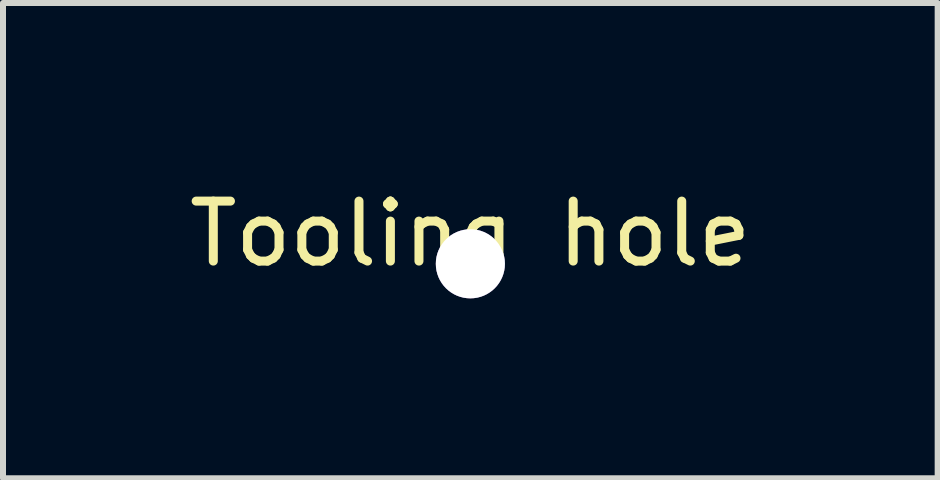
<source format=kicad_pcb>
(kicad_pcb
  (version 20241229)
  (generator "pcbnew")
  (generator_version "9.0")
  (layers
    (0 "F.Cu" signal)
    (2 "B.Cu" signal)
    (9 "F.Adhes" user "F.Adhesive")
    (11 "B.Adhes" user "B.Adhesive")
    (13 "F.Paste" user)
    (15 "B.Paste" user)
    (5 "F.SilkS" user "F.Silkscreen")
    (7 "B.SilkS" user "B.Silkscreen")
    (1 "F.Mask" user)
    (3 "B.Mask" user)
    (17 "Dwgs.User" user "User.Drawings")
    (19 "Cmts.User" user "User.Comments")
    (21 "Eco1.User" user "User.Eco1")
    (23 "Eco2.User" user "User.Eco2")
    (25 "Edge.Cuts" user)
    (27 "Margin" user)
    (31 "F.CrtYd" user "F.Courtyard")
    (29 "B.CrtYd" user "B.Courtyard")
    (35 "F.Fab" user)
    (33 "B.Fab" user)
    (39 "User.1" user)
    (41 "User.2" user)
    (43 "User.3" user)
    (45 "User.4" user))
  (footprint "Tooling hole"
    (layer "F.Cu")
    (at 4.792 1.348)
    (property "Reference" "Tooling hole" (at 0 -0.5 0) (unlocked yes) (layer "F.SilkS") (effects (font (size 1 1) (thickness 0.15))))
    (attr through_hole)
    (pad "" thru_hole circle (at 0 0) (size 1.152 1.152) (drill 1.152) (property pad_prop_fiducial_glob) (layers "*.Cu" "*.Mask")))
  (gr_rect
    (start -3 -3)
    (end 12.583 4.924)
    (stroke (width 0.1) (type default))
    (fill no)
    (layer "Edge.Cuts")))
</source>
